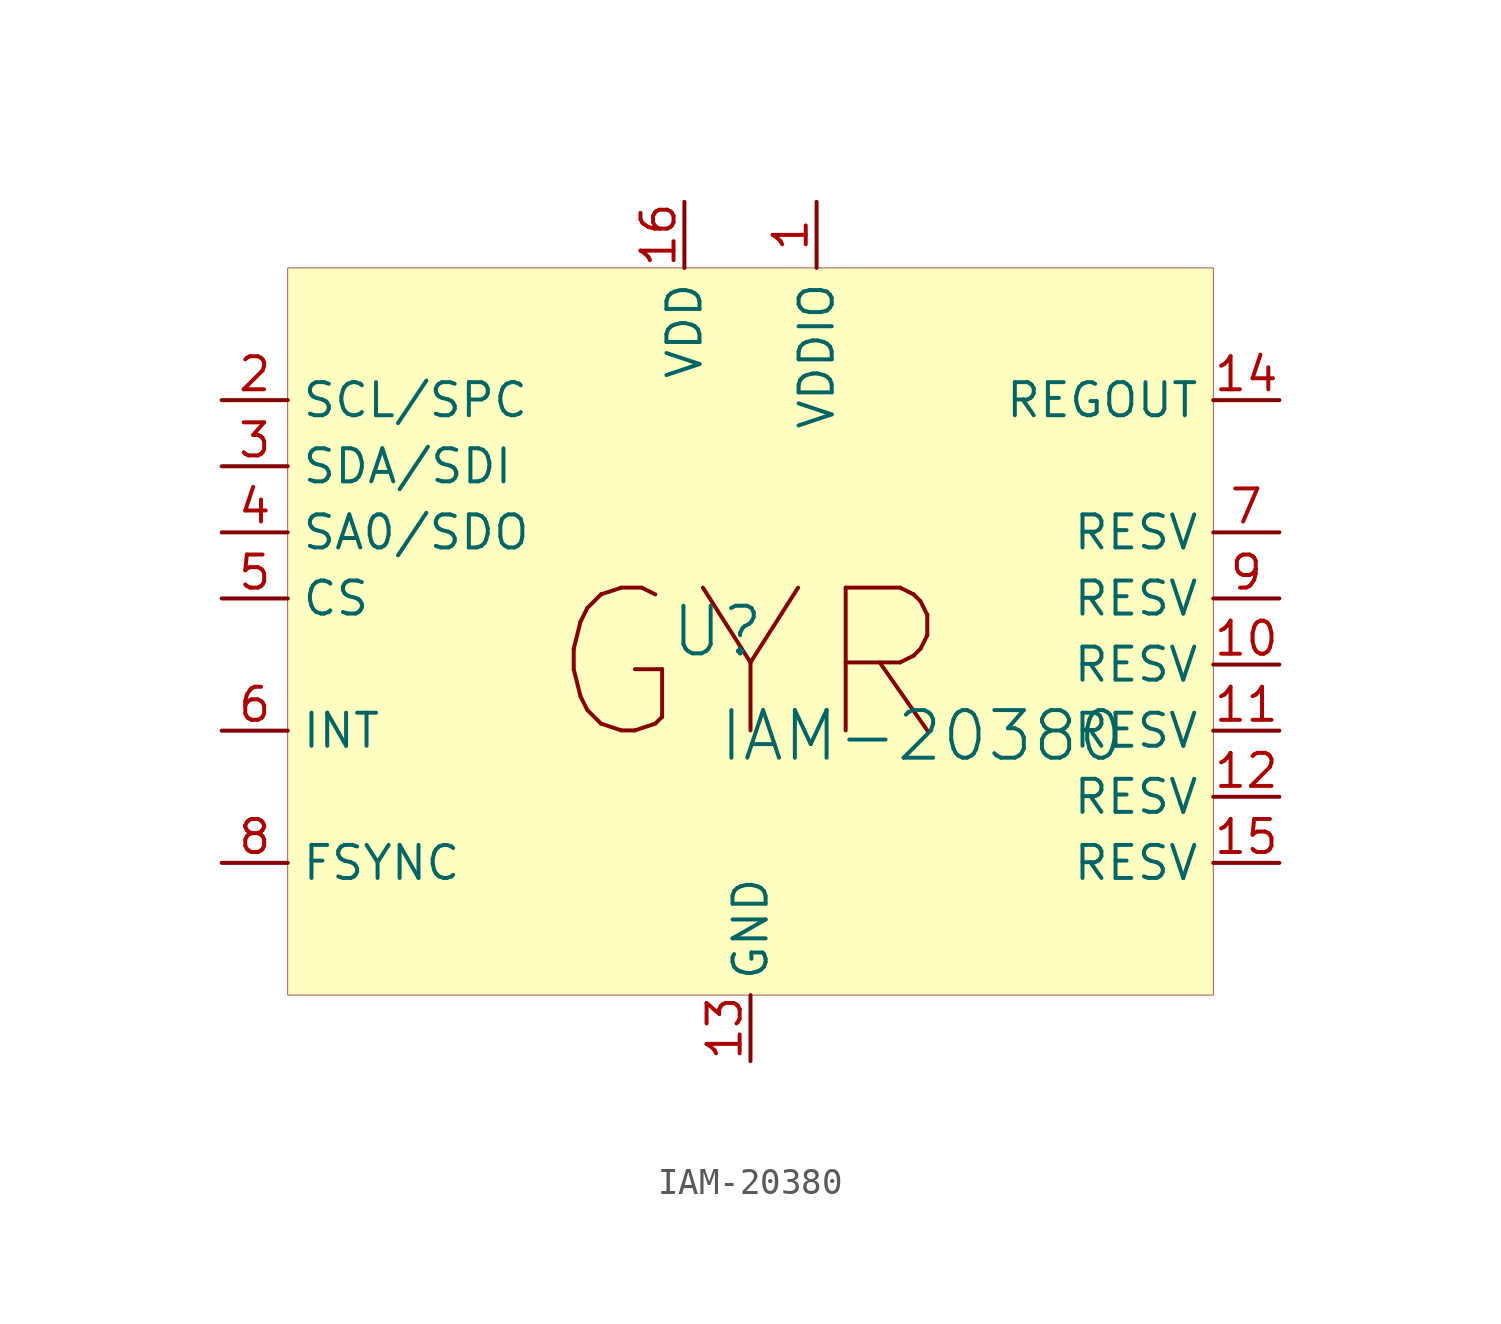
<source format=kicad_sym>
(kicad_symbol_lib
  (version 20231120)
  (generator "kicad_symbol_editor")
  (generator_version "8.0")
  (symbol "IAM-20380"
    (property "Reference" "U"
      (at -1.27 1.27 0)
      (effects (font (size 1.829 1.829))))
    (property "Value" "IAM-20380"
      (at -1.27 -3.81 0)
      (effects (font (size 1.829 1.829)) (justify left bottom)))
    (symbol "IAM-20380_1_0"
      (rectangle (start 17.78 15.24) (end -17.78 -12.7) (stroke (width 0.025) (type solid) (color 128 0 0 1)) (fill (type background)))
      (text "GYR" (at 0 0 0) (effects (font (size 5.486 5.486))))
      (pin passive line (at 2.54 17.78 270) (length 2.54) (name "VDDIO" (effects (font (size 1.27 1.27)))) (number "1" (effects (font (size 1.27 1.27)))))
      (pin passive line (at 20.32 0 180) (length 2.54) (name "RESV" (effects (font (size 1.27 1.27)))) (number "10" (effects (font (size 1.27 1.27)))))
      (pin passive line (at 20.32 -2.54 180) (length 2.54) (name "RESV" (effects (font (size 1.27 1.27)))) (number "11" (effects (font (size 1.27 1.27)))))
      (pin passive line (at 20.32 -5.08 180) (length 2.54) (name "RESV" (effects (font (size 1.27 1.27)))) (number "12" (effects (font (size 1.27 1.27)))))
      (pin passive line (at 0 -15.24 90) (length 2.54) (name "GND" (effects (font (size 1.27 1.27)))) (number "13" (effects (font (size 1.27 1.27)))))
      (pin passive line (at 20.32 10.16 180) (length 2.54) (name "REGOUT" (effects (font (size 1.27 1.27)))) (number "14" (effects (font (size 1.27 1.27)))))
      (pin passive line (at 20.32 -7.62 180) (length 2.54) (name "RESV" (effects (font (size 1.27 1.27)))) (number "15" (effects (font (size 1.27 1.27)))))
      (pin passive line (at -2.54 17.78 270) (length 2.54) (name "VDD" (effects (font (size 1.27 1.27)))) (number "16" (effects (font (size 1.27 1.27)))))
      (pin passive line (at -20.32 10.16 0) (length 2.54) (name "SCL/SPC" (effects (font (size 1.27 1.27)))) (number "2" (effects (font (size 1.27 1.27)))))
      (pin passive line (at -20.32 7.62 0) (length 2.54) (name "SDA/SDI" (effects (font (size 1.27 1.27)))) (number "3" (effects (font (size 1.27 1.27)))))
      (pin passive line (at -20.32 5.08 0) (length 2.54) (name "SA0/SDO" (effects (font (size 1.27 1.27)))) (number "4" (effects (font (size 1.27 1.27)))))
      (pin passive line (at -20.32 2.54 0) (length 2.54) (name "CS" (effects (font (size 1.27 1.27)))) (number "5" (effects (font (size 1.27 1.27)))))
      (pin passive line (at -20.32 -2.54 0) (length 2.54) (name "INT" (effects (font (size 1.27 1.27)))) (number "6" (effects (font (size 1.27 1.27)))))
      (pin passive line (at 20.32 5.08 180) (length 2.54) (name "RESV" (effects (font (size 1.27 1.27)))) (number "7" (effects (font (size 1.27 1.27)))))
      (pin passive line (at -20.32 -7.62 0) (length 2.54) (name "FSYNC" (effects (font (size 1.27 1.27)))) (number "8" (effects (font (size 1.27 1.27)))))
      (pin passive line (at 20.32 2.54 180) (length 2.54) (name "RESV" (effects (font (size 1.27 1.27)))) (number "9" (effects (font (size 1.27 1.27))))))))
</source>
